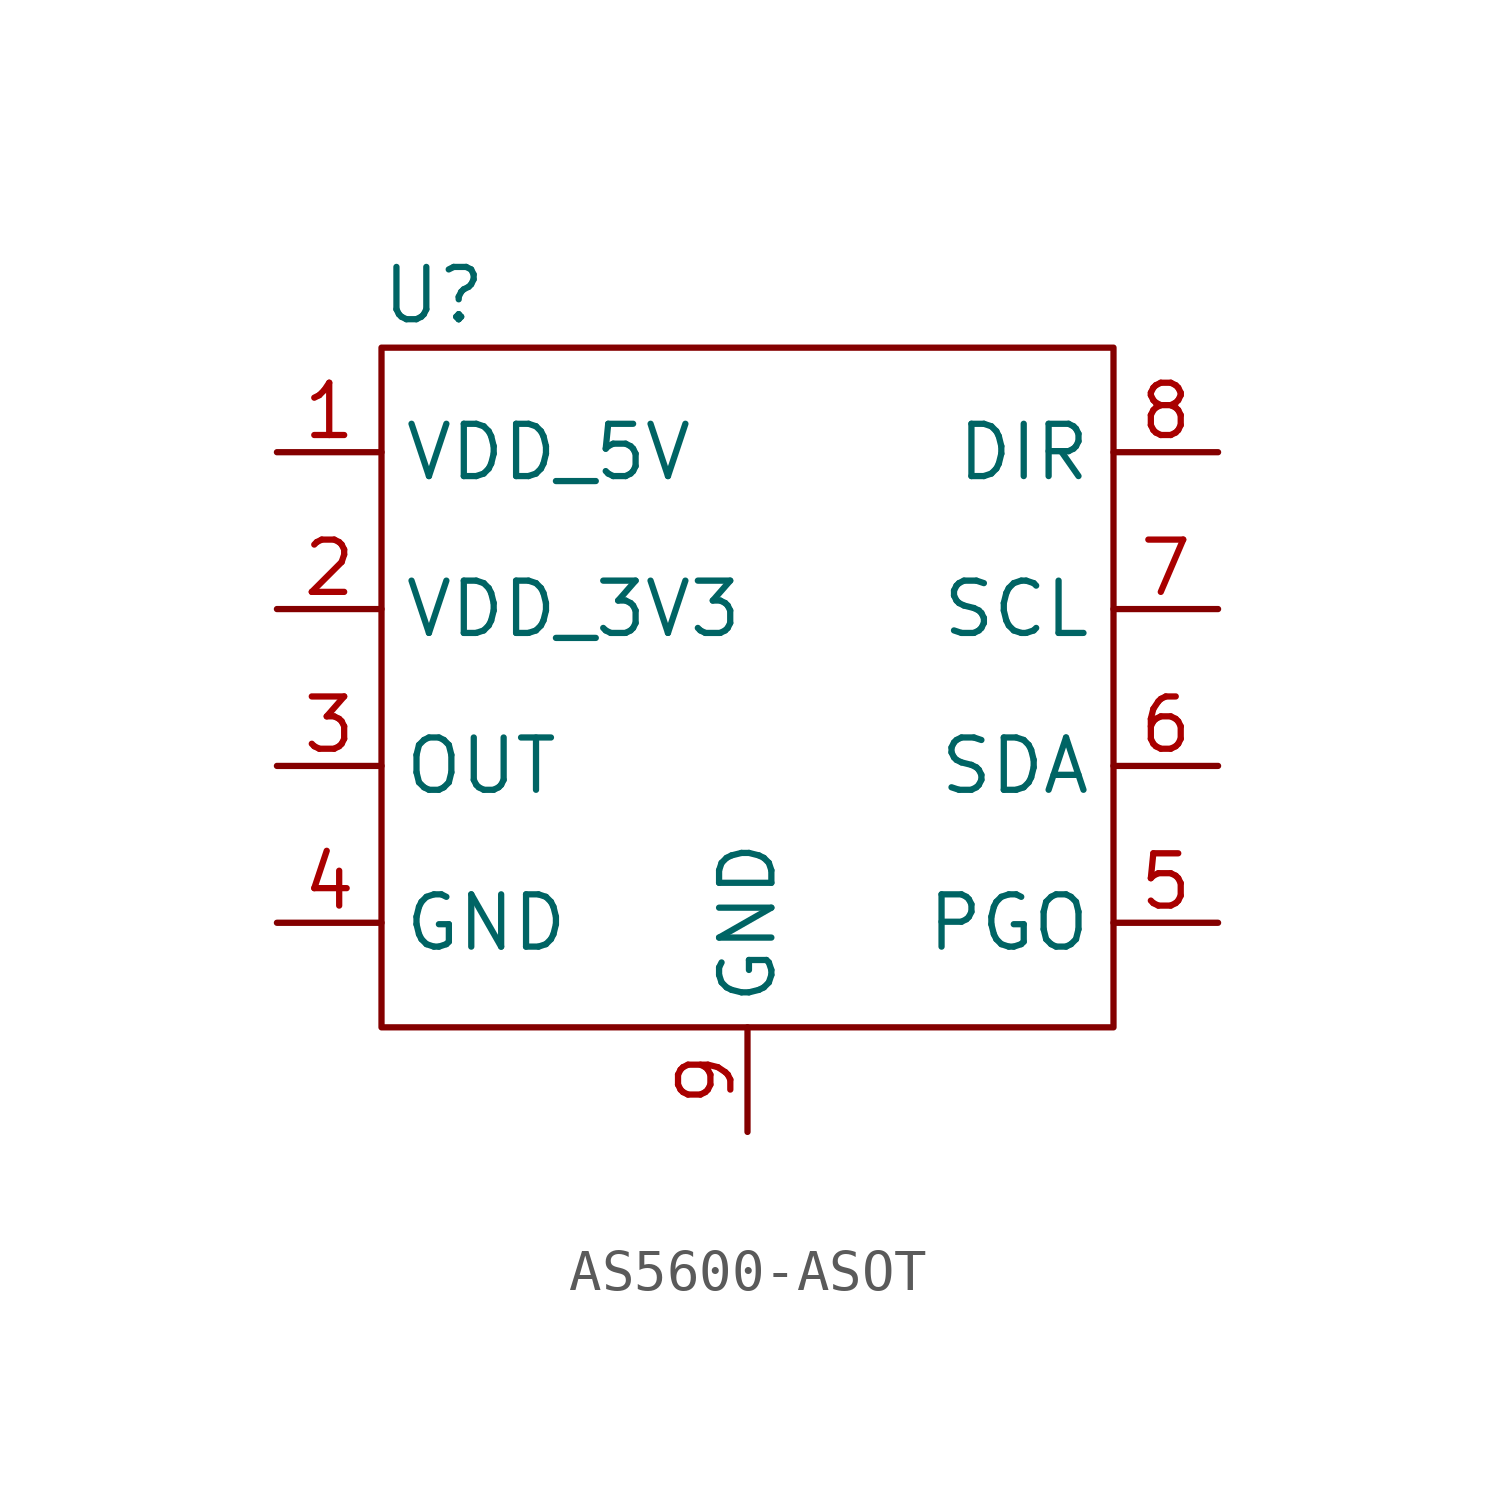
<source format=kicad_sym>
(kicad_symbol_lib
  (version 20231120)
  (generator "kicad_symbol_editor")
  (generator_version "8.0")
  (symbol "AS5600-ASOT"
    (property "Reference" "U"
      (at 1.27 1.27 0)
      (effects (font (size 1.27 1.27))))
    (property "Value" ""
      (at 0 0 0)
      (effects (font (size 1.27 1.27))))
    (symbol "AS5600-ASOT_0_1"
      (rectangle (start 0 0) (end 17.78 -16.51) (stroke (width 0) (type default)) (fill (type none))))
    (symbol "AS5600-ASOT_1_1"
      (pin power_in line (at -2.54 -2.54 0) (length 2.54) (name "VDD_5V" (effects (font (size 1.27 1.27)))) (number "1" (effects (font (size 1.27 1.27)))))
      (pin power_in line (at -2.54 -6.35 0) (length 2.54) (name "VDD_3V3" (effects (font (size 1.27 1.27)))) (number "2" (effects (font (size 1.27 1.27)))))
      (pin output line (at -2.54 -10.16 0) (length 2.54) (name "OUT" (effects (font (size 1.27 1.27)))) (number "3" (effects (font (size 1.27 1.27)))))
      (pin power_in line (at -2.54 -13.97 0) (length 2.54) (name "GND" (effects (font (size 1.27 1.27)))) (number "4" (effects (font (size 1.27 1.27)))))
      (pin input line (at 20.32 -13.97 180) (length 2.54) (name "PGO" (effects (font (size 1.27 1.27)))) (number "5" (effects (font (size 1.27 1.27)))))
      (pin bidirectional line (at 20.32 -10.16 180) (length 2.54) (name "SDA" (effects (font (size 1.27 1.27)))) (number "6" (effects (font (size 1.27 1.27)))))
      (pin bidirectional line (at 20.32 -6.35 180) (length 2.54) (name "SCL" (effects (font (size 1.27 1.27)))) (number "7" (effects (font (size 1.27 1.27)))))
      (pin input line (at 20.32 -2.54 180) (length 2.54) (name "DIR" (effects (font (size 1.27 1.27)))) (number "8" (effects (font (size 1.27 1.27)))))
      (pin power_in line (at 8.89 -19.05 90) (length 2.54) (name "GND" (effects (font (size 1.27 1.27)))) (number "9" (effects (font (size 1.27 1.27))))))))
</source>
